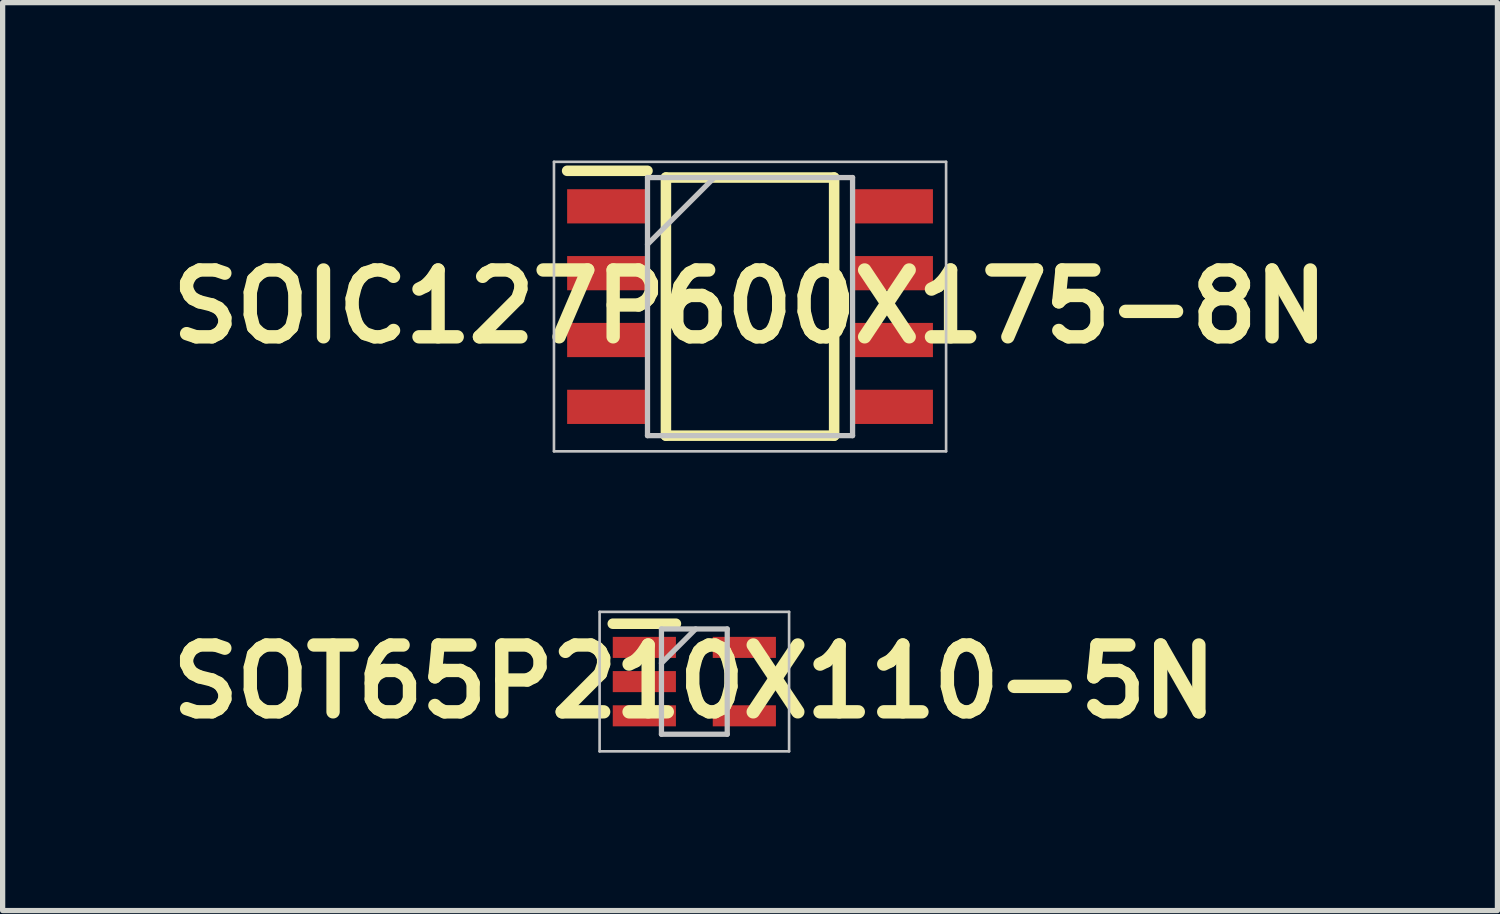
<source format=kicad_pcb>
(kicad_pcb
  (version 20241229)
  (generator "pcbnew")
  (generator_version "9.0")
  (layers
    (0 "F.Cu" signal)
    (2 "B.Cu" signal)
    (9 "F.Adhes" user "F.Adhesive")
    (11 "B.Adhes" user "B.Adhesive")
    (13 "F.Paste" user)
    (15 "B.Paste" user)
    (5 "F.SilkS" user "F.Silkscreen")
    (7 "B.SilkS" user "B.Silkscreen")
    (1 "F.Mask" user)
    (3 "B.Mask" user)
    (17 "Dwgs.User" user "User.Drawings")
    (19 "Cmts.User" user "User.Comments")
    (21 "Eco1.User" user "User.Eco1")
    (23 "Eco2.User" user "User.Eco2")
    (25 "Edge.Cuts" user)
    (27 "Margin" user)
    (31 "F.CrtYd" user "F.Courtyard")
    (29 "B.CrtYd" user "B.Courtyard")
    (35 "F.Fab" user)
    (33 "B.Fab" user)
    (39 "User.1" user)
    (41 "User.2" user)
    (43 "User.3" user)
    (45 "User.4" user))
  (footprint "SOT65P210X110-5N"
    (layer "F.Cu")
    (at 10.142 9.9)
    (property "Reference" "SOT65P210X110-5N" (at 0 0 0) (layer "F.SilkS") (effects (font (size 1.27 1.27) (thickness 0.254))))
    (attr smd)
    (fp_line (start -1.55 -1.1) (end -0.35 -1.1) (stroke (width 0.2) (type solid)) (layer "F.SilkS"))
    (fp_line (start -1.8 -1.325) (end 1.8 -1.325) (stroke (width 0.05) (type solid)) (layer "Dwgs.User"))
    (fp_line (start -1.8 1.325) (end -1.8 -1.325) (stroke (width 0.05) (type solid)) (layer "Dwgs.User"))
    (fp_line (start -0.625 -1) (end 0.625 -1) (stroke (width 0.1) (type solid)) (layer "Dwgs.User"))
    (fp_line (start -0.625 -0.35) (end 0.025 -1) (stroke (width 0.1) (type solid)) (layer "Dwgs.User"))
    (fp_line (start -0.625 1) (end -0.625 -1) (stroke (width 0.1) (type solid)) (layer "Dwgs.User"))
    (fp_line (start 0.625 -1) (end 0.625 1) (stroke (width 0.1) (type solid)) (layer "Dwgs.User"))
    (fp_line (start 0.625 1) (end -0.625 1) (stroke (width 0.1) (type solid)) (layer "Dwgs.User"))
    (fp_line (start 1.8 -1.325) (end 1.8 1.325) (stroke (width 0.05) (type solid)) (layer "Dwgs.User"))
    (fp_line (start 1.8 1.325) (end -1.8 1.325) (stroke (width 0.05) (type solid)) (layer "Dwgs.User"))
    (pad "1" smd rect (at -0.95 -0.65 90) (size 0.4 1.2) (layers "F.Cu" "F.Mask" "F.Paste"))
    (pad "2" smd rect (at -0.95 0 90) (size 0.4 1.2) (layers "F.Cu" "F.Mask" "F.Paste"))
    (pad "3" smd rect (at -0.95 0.65 90) (size 0.4 1.2) (layers "F.Cu" "F.Mask" "F.Paste"))
    (pad "4" smd rect (at 0.95 0.65 90) (size 0.4 1.2) (layers "F.Cu" "F.Mask" "F.Paste"))
    (pad "5" smd rect (at 0.95 -0.65 90) (size 0.4 1.2) (layers "F.Cu" "F.Mask" "F.Paste")))
  (footprint "SOIC127P600X175-8N"
    (layer "F.Cu")
    (at 11.2 2.775)
    (property "Reference" "SOIC127P600X175-8N" (at 0 0 0) (layer "F.SilkS") (effects (font (size 1.27 1.27) (thickness 0.254))))
    (attr smd)
    (fp_line (start -3.475 -2.58) (end -1.948 -2.58) (stroke (width 0.2) (type solid)) (layer "F.SilkS"))
    (fp_line (start -1.598 -2.452) (end 1.598 -2.452) (stroke (width 0.2) (type solid)) (layer "F.SilkS"))
    (fp_line (start -1.598 2.452) (end -1.598 -2.452) (stroke (width 0.2) (type solid)) (layer "F.SilkS"))
    (fp_line (start 1.598 -2.452) (end 1.598 2.452) (stroke (width 0.2) (type solid)) (layer "F.SilkS"))
    (fp_line (start 1.598 2.452) (end -1.598 2.452) (stroke (width 0.2) (type solid)) (layer "F.SilkS"))
    (fp_line (start -3.725 -2.75) (end 3.725 -2.75) (stroke (width 0.05) (type solid)) (layer "Dwgs.User"))
    (fp_line (start -3.725 2.75) (end -3.725 -2.75) (stroke (width 0.05) (type solid)) (layer "Dwgs.User"))
    (fp_line (start -1.948 -2.452) (end 1.948 -2.452) (stroke (width 0.1) (type solid)) (layer "Dwgs.User"))
    (fp_line (start -1.948 -1.182) (end -0.678 -2.452) (stroke (width 0.1) (type solid)) (layer "Dwgs.User"))
    (fp_line (start -1.948 2.452) (end -1.948 -2.452) (stroke (width 0.1) (type solid)) (layer "Dwgs.User"))
    (fp_line (start 1.948 -2.452) (end 1.948 2.452) (stroke (width 0.1) (type solid)) (layer "Dwgs.User"))
    (fp_line (start 1.948 2.452) (end -1.948 2.452) (stroke (width 0.1) (type solid)) (layer "Dwgs.User"))
    (fp_line (start 3.725 -2.75) (end 3.725 2.75) (stroke (width 0.05) (type solid)) (layer "Dwgs.User"))
    (fp_line (start 3.725 2.75) (end -3.725 2.75) (stroke (width 0.05) (type solid)) (layer "Dwgs.User"))
    (pad "1" smd rect (at -2.711 -1.905 90) (size 0.65 1.528) (layers "F.Cu" "F.Mask" "F.Paste"))
    (pad "2" smd rect (at -2.711 -0.635 90) (size 0.65 1.528) (layers "F.Cu" "F.Mask" "F.Paste"))
    (pad "3" smd rect (at -2.711 0.635 90) (size 0.65 1.528) (layers "F.Cu" "F.Mask" "F.Paste"))
    (pad "4" smd rect (at -2.711 1.905 90) (size 0.65 1.528) (layers "F.Cu" "F.Mask" "F.Paste"))
    (pad "5" smd rect (at 2.711 1.905 90) (size 0.65 1.528) (layers "F.Cu" "F.Mask" "F.Paste"))
    (pad "6" smd rect (at 2.711 0.635 90) (size 0.65 1.528) (layers "F.Cu" "F.Mask" "F.Paste"))
    (pad "7" smd rect (at 2.711 -0.635 90) (size 0.65 1.528) (layers "F.Cu" "F.Mask" "F.Paste"))
    (pad "8" smd rect (at 2.711 -1.905 90) (size 0.65 1.528) (layers "F.Cu" "F.Mask" "F.Paste")))
  (gr_rect
    (start -3 -3)
    (end 25.4 14.25)
    (stroke (width 0.1) (type default))
    (fill no)
    (layer "Edge.Cuts")))
</source>
